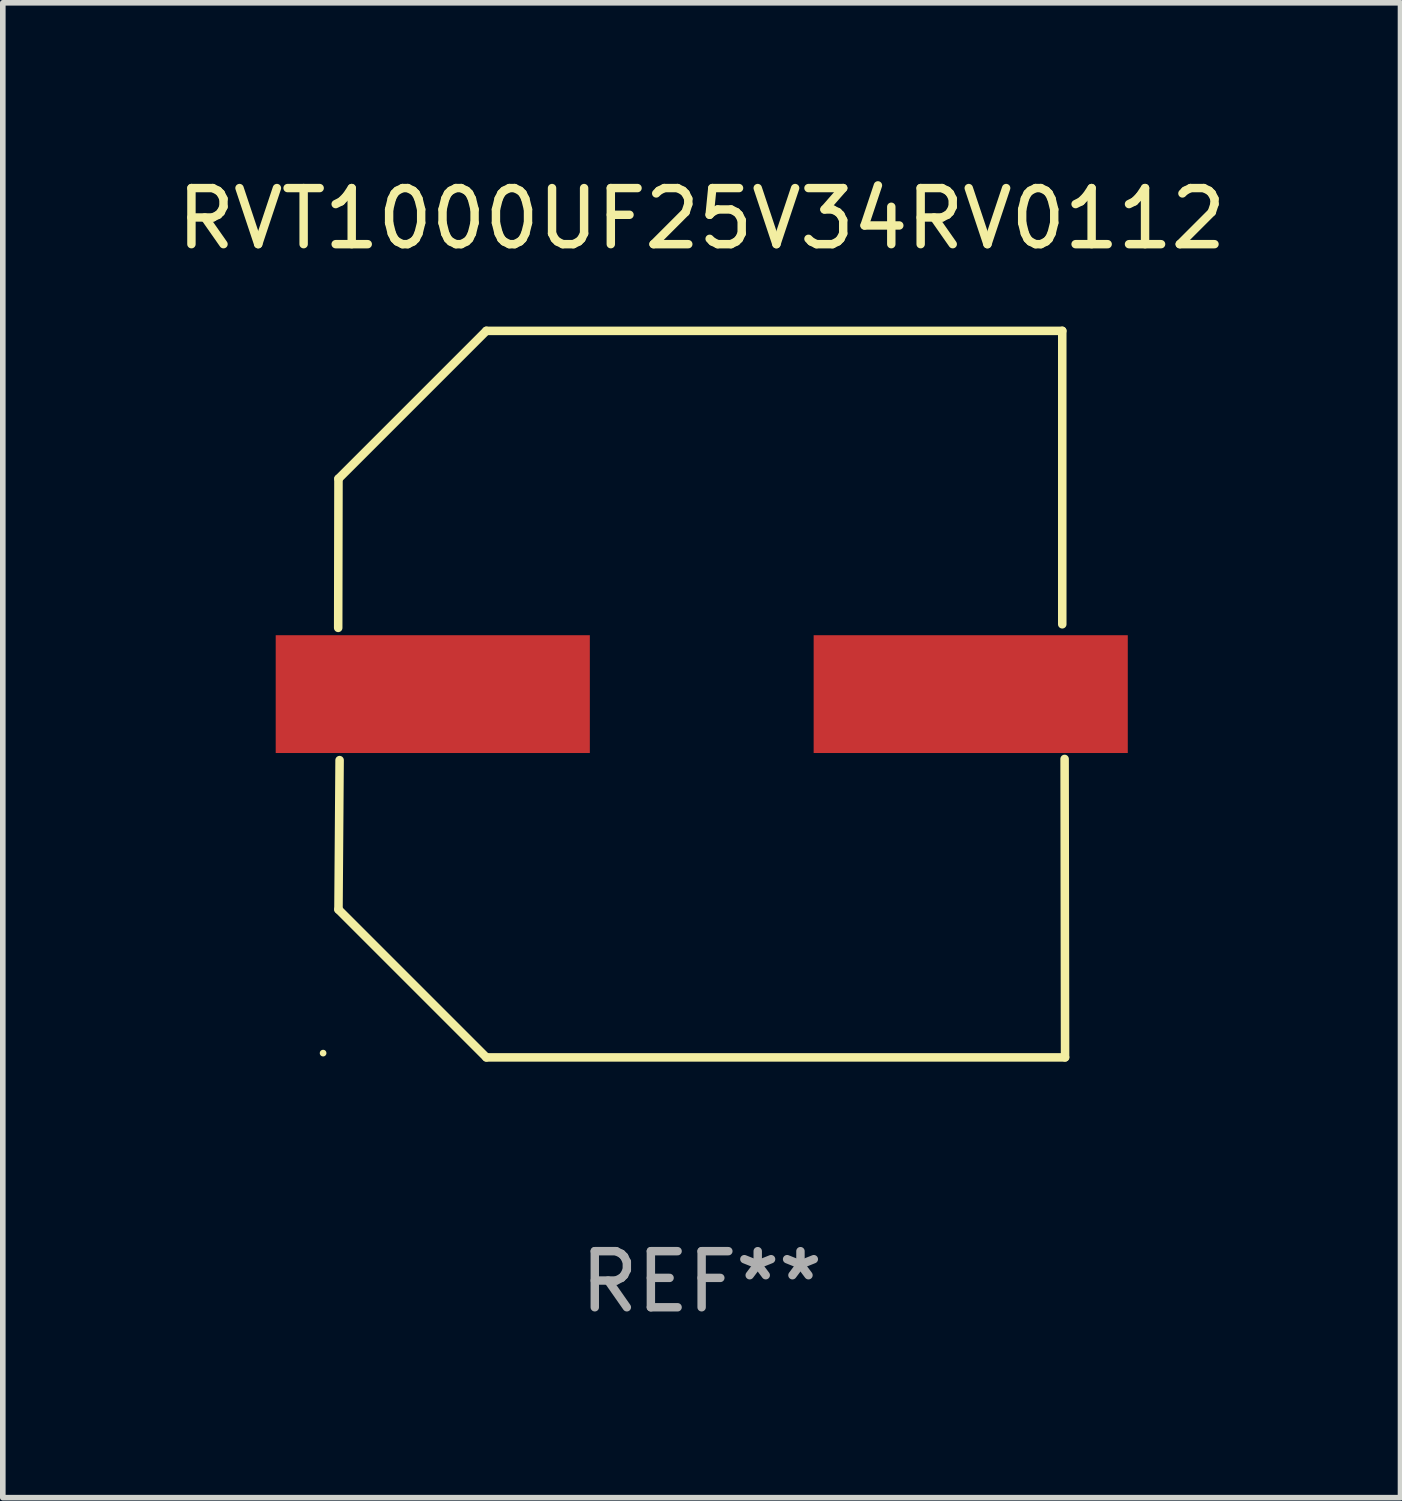
<source format=kicad_pcb>
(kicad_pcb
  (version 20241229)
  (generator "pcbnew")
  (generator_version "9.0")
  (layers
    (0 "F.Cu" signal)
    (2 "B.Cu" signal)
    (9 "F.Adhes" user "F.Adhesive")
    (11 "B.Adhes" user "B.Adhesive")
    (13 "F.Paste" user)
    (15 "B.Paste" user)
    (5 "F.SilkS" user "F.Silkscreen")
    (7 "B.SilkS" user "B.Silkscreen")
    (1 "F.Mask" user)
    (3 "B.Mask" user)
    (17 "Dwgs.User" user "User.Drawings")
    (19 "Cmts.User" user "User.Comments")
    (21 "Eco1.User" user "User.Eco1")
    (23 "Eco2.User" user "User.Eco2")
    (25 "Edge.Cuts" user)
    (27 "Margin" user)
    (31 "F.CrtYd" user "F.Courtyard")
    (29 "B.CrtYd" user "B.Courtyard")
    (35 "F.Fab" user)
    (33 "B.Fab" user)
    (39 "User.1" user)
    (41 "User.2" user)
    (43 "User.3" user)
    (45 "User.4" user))
  (footprint "RVT1000UF25V34RV0112"
    (layer "F.Cu")
    (at 9.458 9.324)
    (property "Reference" "RVT1000UF25V34RV0112" (at 0 -8.476 0) (layer "F.SilkS") (effects (font (size 1 1) (thickness 0.15))))
    (attr through_hole)
    (fp_line (start -6.479 -1.181) (end -6.474 -3.84) (stroke (width 0.152) (type solid)) (layer "F.SilkS"))
    (fp_line (start -6.474 -3.84) (end -3.838 -6.476) (stroke (width 0.152) (type solid)) (layer "F.SilkS"))
    (fp_line (start -6.474 3.84) (end -3.838 6.476) (stroke (width 0.152) (type solid)) (layer "F.SilkS"))
    (fp_line (start -6.454 1.177) (end -6.474 3.84) (stroke (width 0.152) (type solid)) (layer "F.SilkS"))
    (fp_line (start -3.838 6.476) (end 6.479 6.476) (stroke (width 0.152) (type solid)) (layer "F.SilkS"))
    (fp_line (start -3.838 -6.476) (end 6.429 -6.476) (stroke (width 0.152) (type solid)) (layer "F.SilkS"))
    (fp_line (start 6.429 -6.476) (end 6.429 -1.245) (stroke (width 0.152) (type solid)) (layer "F.SilkS"))
    (fp_line (start 6.479 6.476) (end 6.471 1.156) (stroke (width 0.152) (type solid)) (layer "F.SilkS"))
    (fp_circle (center -6.748 6.4) (end -6.718 6.4) (stroke (width 0.06) (type solid)) (fill no) (layer "F.SilkS"))
    (fp_text user "REF**" (at 0 10.476 0) (layer "F.Fab") (effects (font (size 1 1) (thickness 0.15))))
    (pad "1" smd rect (at -4.793 0.000025) (size 5.6 2.1) (layers "F.Cu" "F.Mask" "F.Paste"))
    (pad "2" smd rect (at 4.797 0.000025) (size 5.6 2.1) (layers "F.Cu" "F.Mask" "F.Paste")))
  (gr_rect
    (start -3 -3)
    (end 21.917 23.649)
    (stroke (width 0.1) (type default))
    (fill no)
    (layer "Edge.Cuts")))
</source>
